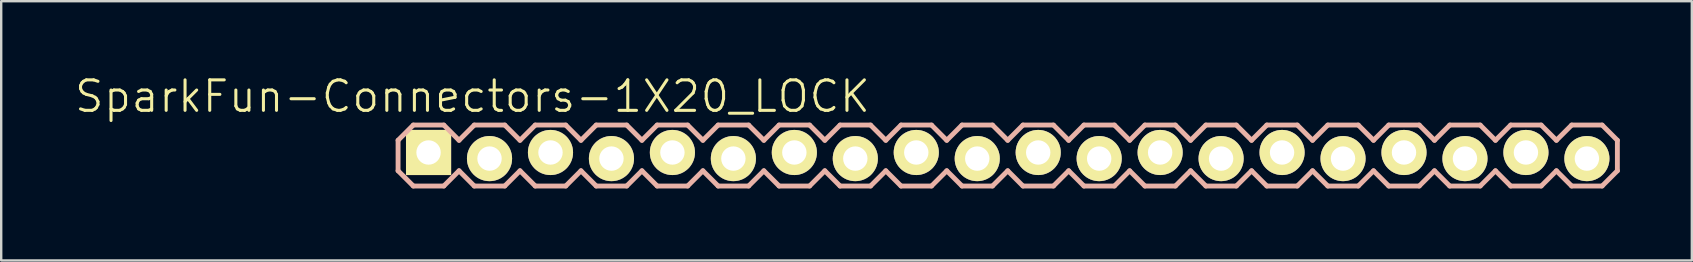
<source format=kicad_pcb>
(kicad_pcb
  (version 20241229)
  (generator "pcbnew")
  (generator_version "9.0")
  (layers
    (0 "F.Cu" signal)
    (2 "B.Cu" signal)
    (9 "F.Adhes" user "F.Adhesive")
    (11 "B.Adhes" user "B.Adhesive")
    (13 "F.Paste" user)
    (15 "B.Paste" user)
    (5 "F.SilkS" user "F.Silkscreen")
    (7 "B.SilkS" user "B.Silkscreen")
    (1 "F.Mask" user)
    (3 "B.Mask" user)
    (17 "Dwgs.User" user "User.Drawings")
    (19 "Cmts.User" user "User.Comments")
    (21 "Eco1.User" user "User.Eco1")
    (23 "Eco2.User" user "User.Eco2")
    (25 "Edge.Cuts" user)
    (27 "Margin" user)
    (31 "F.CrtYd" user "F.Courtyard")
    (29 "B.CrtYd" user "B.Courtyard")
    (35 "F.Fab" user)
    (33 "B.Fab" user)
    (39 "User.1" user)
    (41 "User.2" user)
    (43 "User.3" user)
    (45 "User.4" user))
  (footprint "SparkFun-Connectors-1X20_LOCK"
    (layer "F.Cu")
    (at 14.805 3.43)
    (property "Reference" "SparkFun-Connectors-1X20_LOCK" (at 1.829 -2.464 0) (layer "F.SilkS") (effects (font (size 1.27 1.27) (thickness 0.127))))
    (attr exclude_from_pos_files exclude_from_bom)
    (fp_line (start -0.254 -0.254) (end 0.254 -0.254) (stroke (width 0.066) (type solid)) (layer "F.SilkS"))
    (fp_line (start -0.254 0.254) (end -0.254 -0.254) (stroke (width 0.066) (type solid)) (layer "F.SilkS"))
    (fp_line (start -0.254 0.254) (end 0.254 0.254) (stroke (width 0.066) (type solid)) (layer "F.SilkS"))
    (fp_line (start 0.254 0.254) (end 0.254 -0.254) (stroke (width 0.066) (type solid)) (layer "F.SilkS"))
    (fp_line (start 2.286 -0.254) (end 2.794 -0.254) (stroke (width 0.066) (type solid)) (layer "F.SilkS"))
    (fp_line (start 2.286 0.254) (end 2.286 -0.254) (stroke (width 0.066) (type solid)) (layer "F.SilkS"))
    (fp_line (start 2.286 0.254) (end 2.794 0.254) (stroke (width 0.066) (type solid)) (layer "F.SilkS"))
    (fp_line (start 2.794 0.254) (end 2.794 -0.254) (stroke (width 0.066) (type solid)) (layer "F.SilkS"))
    (fp_line (start 4.826 -0.254) (end 5.334 -0.254) (stroke (width 0.066) (type solid)) (layer "F.SilkS"))
    (fp_line (start 4.826 0.254) (end 4.826 -0.254) (stroke (width 0.066) (type solid)) (layer "F.SilkS"))
    (fp_line (start 4.826 0.254) (end 5.334 0.254) (stroke (width 0.066) (type solid)) (layer "F.SilkS"))
    (fp_line (start 5.334 0.254) (end 5.334 -0.254) (stroke (width 0.066) (type solid)) (layer "F.SilkS"))
    (fp_line (start 7.366 -0.254) (end 7.874 -0.254) (stroke (width 0.066) (type solid)) (layer "F.SilkS"))
    (fp_line (start 7.366 0.254) (end 7.366 -0.254) (stroke (width 0.066) (type solid)) (layer "F.SilkS"))
    (fp_line (start 7.366 0.254) (end 7.874 0.254) (stroke (width 0.066) (type solid)) (layer "F.SilkS"))
    (fp_line (start 7.874 0.254) (end 7.874 -0.254) (stroke (width 0.066) (type solid)) (layer "F.SilkS"))
    (fp_line (start 9.906 -0.254) (end 10.414 -0.254) (stroke (width 0.066) (type solid)) (layer "F.SilkS"))
    (fp_line (start 9.906 0.254) (end 9.906 -0.254) (stroke (width 0.066) (type solid)) (layer "F.SilkS"))
    (fp_line (start 9.906 0.254) (end 10.414 0.254) (stroke (width 0.066) (type solid)) (layer "F.SilkS"))
    (fp_line (start 10.414 0.254) (end 10.414 -0.254) (stroke (width 0.066) (type solid)) (layer "F.SilkS"))
    (fp_line (start 12.446 -0.254) (end 12.954 -0.254) (stroke (width 0.066) (type solid)) (layer "F.SilkS"))
    (fp_line (start 12.446 0.254) (end 12.446 -0.254) (stroke (width 0.066) (type solid)) (layer "F.SilkS"))
    (fp_line (start 12.446 0.254) (end 12.954 0.254) (stroke (width 0.066) (type solid)) (layer "F.SilkS"))
    (fp_line (start 12.954 0.254) (end 12.954 -0.254) (stroke (width 0.066) (type solid)) (layer "F.SilkS"))
    (fp_line (start 14.986 -0.254) (end 15.494 -0.254) (stroke (width 0.066) (type solid)) (layer "F.SilkS"))
    (fp_line (start 14.986 0.254) (end 14.986 -0.254) (stroke (width 0.066) (type solid)) (layer "F.SilkS"))
    (fp_line (start 14.986 0.254) (end 15.494 0.254) (stroke (width 0.066) (type solid)) (layer "F.SilkS"))
    (fp_line (start 15.494 0.254) (end 15.494 -0.254) (stroke (width 0.066) (type solid)) (layer "F.SilkS"))
    (fp_line (start 17.523 -0.254) (end 18.034 -0.254) (stroke (width 0.066) (type solid)) (layer "F.SilkS"))
    (fp_line (start 17.523 0.254) (end 17.523 -0.254) (stroke (width 0.066) (type solid)) (layer "F.SilkS"))
    (fp_line (start 17.523 0.254) (end 18.034 0.254) (stroke (width 0.066) (type solid)) (layer "F.SilkS"))
    (fp_line (start 18.034 0.254) (end 18.034 -0.254) (stroke (width 0.066) (type solid)) (layer "F.SilkS"))
    (fp_line (start 20.066 -0.254) (end 20.574 -0.254) (stroke (width 0.066) (type solid)) (layer "F.SilkS"))
    (fp_line (start 20.066 0.254) (end 20.066 -0.254) (stroke (width 0.066) (type solid)) (layer "F.SilkS"))
    (fp_line (start 20.066 0.254) (end 20.574 0.254) (stroke (width 0.066) (type solid)) (layer "F.SilkS"))
    (fp_line (start 20.574 0.254) (end 20.574 -0.254) (stroke (width 0.066) (type solid)) (layer "F.SilkS"))
    (fp_line (start 22.606 -0.254) (end 23.114 -0.254) (stroke (width 0.066) (type solid)) (layer "F.SilkS"))
    (fp_line (start 22.606 0.254) (end 22.606 -0.254) (stroke (width 0.066) (type solid)) (layer "F.SilkS"))
    (fp_line (start 22.606 0.254) (end 23.114 0.254) (stroke (width 0.066) (type solid)) (layer "F.SilkS"))
    (fp_line (start 23.114 0.254) (end 23.114 -0.254) (stroke (width 0.066) (type solid)) (layer "F.SilkS"))
    (fp_line (start 25.146 -0.254) (end 25.654 -0.254) (stroke (width 0.066) (type solid)) (layer "F.SilkS"))
    (fp_line (start 25.146 0.254) (end 25.146 -0.254) (stroke (width 0.066) (type solid)) (layer "F.SilkS"))
    (fp_line (start 25.146 0.254) (end 25.654 0.254) (stroke (width 0.066) (type solid)) (layer "F.SilkS"))
    (fp_line (start 25.654 0.254) (end 25.654 -0.254) (stroke (width 0.066) (type solid)) (layer "F.SilkS"))
    (fp_line (start 27.686 -0.254) (end 28.194 -0.254) (stroke (width 0.066) (type solid)) (layer "F.SilkS"))
    (fp_line (start 27.686 0.254) (end 27.686 -0.254) (stroke (width 0.066) (type solid)) (layer "F.SilkS"))
    (fp_line (start 27.686 0.254) (end 28.194 0.254) (stroke (width 0.066) (type solid)) (layer "F.SilkS"))
    (fp_line (start 28.194 0.254) (end 28.194 -0.254) (stroke (width 0.066) (type solid)) (layer "F.SilkS"))
    (fp_line (start 30.226 -0.254) (end 30.734 -0.254) (stroke (width 0.066) (type solid)) (layer "F.SilkS"))
    (fp_line (start 30.226 0.254) (end 30.226 -0.254) (stroke (width 0.066) (type solid)) (layer "F.SilkS"))
    (fp_line (start 30.226 0.254) (end 30.734 0.254) (stroke (width 0.066) (type solid)) (layer "F.SilkS"))
    (fp_line (start 30.734 0.254) (end 30.734 -0.254) (stroke (width 0.066) (type solid)) (layer "F.SilkS"))
    (fp_line (start 32.766 -0.254) (end 33.274 -0.254) (stroke (width 0.066) (type solid)) (layer "F.SilkS"))
    (fp_line (start 32.766 0.254) (end 32.766 -0.254) (stroke (width 0.066) (type solid)) (layer "F.SilkS"))
    (fp_line (start 32.766 0.254) (end 33.274 0.254) (stroke (width 0.066) (type solid)) (layer "F.SilkS"))
    (fp_line (start 33.274 0.254) (end 33.274 -0.254) (stroke (width 0.066) (type solid)) (layer "F.SilkS"))
    (fp_line (start 35.303 -0.254) (end 35.814 -0.254) (stroke (width 0.066) (type solid)) (layer "F.SilkS"))
    (fp_line (start 35.303 0.254) (end 35.303 -0.254) (stroke (width 0.066) (type solid)) (layer "F.SilkS"))
    (fp_line (start 35.303 0.254) (end 35.814 0.254) (stroke (width 0.066) (type solid)) (layer "F.SilkS"))
    (fp_line (start 35.814 0.254) (end 35.814 -0.254) (stroke (width 0.066) (type solid)) (layer "F.SilkS"))
    (fp_line (start 37.846 -0.254) (end 38.354 -0.254) (stroke (width 0.066) (type solid)) (layer "F.SilkS"))
    (fp_line (start 37.846 0.254) (end 37.846 -0.254) (stroke (width 0.066) (type solid)) (layer "F.SilkS"))
    (fp_line (start 37.846 0.254) (end 38.354 0.254) (stroke (width 0.066) (type solid)) (layer "F.SilkS"))
    (fp_line (start 38.354 0.254) (end 38.354 -0.254) (stroke (width 0.066) (type solid)) (layer "F.SilkS"))
    (fp_line (start 40.386 -0.254) (end 40.894 -0.254) (stroke (width 0.066) (type solid)) (layer "F.SilkS"))
    (fp_line (start 40.386 0.254) (end 40.386 -0.254) (stroke (width 0.066) (type solid)) (layer "F.SilkS"))
    (fp_line (start 40.386 0.254) (end 40.894 0.254) (stroke (width 0.066) (type solid)) (layer "F.SilkS"))
    (fp_line (start 40.894 0.254) (end 40.894 -0.254) (stroke (width 0.066) (type solid)) (layer "F.SilkS"))
    (fp_line (start 42.926 -0.254) (end 43.434 -0.254) (stroke (width 0.066) (type solid)) (layer "F.SilkS"))
    (fp_line (start 42.926 0.254) (end 42.926 -0.254) (stroke (width 0.066) (type solid)) (layer "F.SilkS"))
    (fp_line (start 42.926 0.254) (end 43.434 0.254) (stroke (width 0.066) (type solid)) (layer "F.SilkS"))
    (fp_line (start 43.434 0.254) (end 43.434 -0.254) (stroke (width 0.066) (type solid)) (layer "F.SilkS"))
    (fp_line (start 45.466 -0.254) (end 45.974 -0.254) (stroke (width 0.066) (type solid)) (layer "F.SilkS"))
    (fp_line (start 45.466 0.254) (end 45.466 -0.254) (stroke (width 0.066) (type solid)) (layer "F.SilkS"))
    (fp_line (start 45.466 0.254) (end 45.974 0.254) (stroke (width 0.066) (type solid)) (layer "F.SilkS"))
    (fp_line (start 45.974 0.254) (end 45.974 -0.254) (stroke (width 0.066) (type solid)) (layer "F.SilkS"))
    (fp_line (start 48.006 -0.254) (end 48.514 -0.254) (stroke (width 0.066) (type solid)) (layer "F.SilkS"))
    (fp_line (start 48.006 0.254) (end 48.006 -0.254) (stroke (width 0.066) (type solid)) (layer "F.SilkS"))
    (fp_line (start 48.006 0.254) (end 48.514 0.254) (stroke (width 0.066) (type solid)) (layer "F.SilkS"))
    (fp_line (start 48.514 0.254) (end 48.514 -0.254) (stroke (width 0.066) (type solid)) (layer "F.SilkS"))
    (fp_line (start -1.27 -0.635) (end -1.27 0.635) (stroke (width 0.203) (type solid)) (layer "B.SilkS"))
    (fp_line (start -1.27 0.635) (end -0.635 1.27) (stroke (width 0.203) (type solid)) (layer "B.SilkS"))
    (fp_line (start -0.635 -1.27) (end -1.27 -0.635) (stroke (width 0.203) (type solid)) (layer "B.SilkS"))
    (fp_line (start -0.635 -1.27) (end 0.635 -1.27) (stroke (width 0.203) (type solid)) (layer "B.SilkS"))
    (fp_line (start 0.635 -1.27) (end 1.27 -0.635) (stroke (width 0.203) (type solid)) (layer "B.SilkS"))
    (fp_line (start 0.635 1.27) (end -0.635 1.27) (stroke (width 0.203) (type solid)) (layer "B.SilkS"))
    (fp_line (start 1.27 -0.635) (end 1.905 -1.27) (stroke (width 0.203) (type solid)) (layer "B.SilkS"))
    (fp_line (start 1.27 0.635) (end 0.635 1.27) (stroke (width 0.203) (type solid)) (layer "B.SilkS"))
    (fp_line (start 1.905 -1.27) (end 3.175 -1.27) (stroke (width 0.203) (type solid)) (layer "B.SilkS"))
    (fp_line (start 1.905 1.27) (end 1.27 0.635) (stroke (width 0.203) (type solid)) (layer "B.SilkS"))
    (fp_line (start 3.175 -1.27) (end 3.81 -0.635) (stroke (width 0.203) (type solid)) (layer "B.SilkS"))
    (fp_line (start 3.175 1.27) (end 1.905 1.27) (stroke (width 0.203) (type solid)) (layer "B.SilkS"))
    (fp_line (start 3.81 -0.635) (end 4.445 -1.27) (stroke (width 0.203) (type solid)) (layer "B.SilkS"))
    (fp_line (start 3.81 0.635) (end 3.175 1.27) (stroke (width 0.203) (type solid)) (layer "B.SilkS"))
    (fp_line (start 4.445 -1.27) (end 5.715 -1.27) (stroke (width 0.203) (type solid)) (layer "B.SilkS"))
    (fp_line (start 4.445 1.27) (end 3.81 0.635) (stroke (width 0.203) (type solid)) (layer "B.SilkS"))
    (fp_line (start 5.715 -1.27) (end 6.35 -0.635) (stroke (width 0.203) (type solid)) (layer "B.SilkS"))
    (fp_line (start 5.715 1.27) (end 4.445 1.27) (stroke (width 0.203) (type solid)) (layer "B.SilkS"))
    (fp_line (start 6.35 0.635) (end 5.715 1.27) (stroke (width 0.203) (type solid)) (layer "B.SilkS"))
    (fp_line (start 6.35 0.635) (end 6.985 1.27) (stroke (width 0.203) (type solid)) (layer "B.SilkS"))
    (fp_line (start 6.985 -1.27) (end 6.35 -0.635) (stroke (width 0.203) (type solid)) (layer "B.SilkS"))
    (fp_line (start 6.985 -1.27) (end 8.255 -1.27) (stroke (width 0.203) (type solid)) (layer "B.SilkS"))
    (fp_line (start 8.255 -1.27) (end 8.89 -0.635) (stroke (width 0.203) (type solid)) (layer "B.SilkS"))
    (fp_line (start 8.255 1.27) (end 6.985 1.27) (stroke (width 0.203) (type solid)) (layer "B.SilkS"))
    (fp_line (start 8.89 -0.635) (end 9.525 -1.27) (stroke (width 0.203) (type solid)) (layer "B.SilkS"))
    (fp_line (start 8.89 0.635) (end 8.255 1.27) (stroke (width 0.203) (type solid)) (layer "B.SilkS"))
    (fp_line (start 9.525 -1.27) (end 10.795 -1.27) (stroke (width 0.203) (type solid)) (layer "B.SilkS"))
    (fp_line (start 9.525 1.27) (end 8.89 0.635) (stroke (width 0.203) (type solid)) (layer "B.SilkS"))
    (fp_line (start 10.795 -1.27) (end 11.43 -0.635) (stroke (width 0.203) (type solid)) (layer "B.SilkS"))
    (fp_line (start 10.795 1.27) (end 9.525 1.27) (stroke (width 0.203) (type solid)) (layer "B.SilkS"))
    (fp_line (start 11.43 -0.635) (end 12.065 -1.27) (stroke (width 0.203) (type solid)) (layer "B.SilkS"))
    (fp_line (start 11.43 0.635) (end 10.795 1.27) (stroke (width 0.203) (type solid)) (layer "B.SilkS"))
    (fp_line (start 12.065 -1.27) (end 13.335 -1.27) (stroke (width 0.203) (type solid)) (layer "B.SilkS"))
    (fp_line (start 12.065 1.27) (end 11.43 0.635) (stroke (width 0.203) (type solid)) (layer "B.SilkS"))
    (fp_line (start 13.335 -1.27) (end 13.97 -0.635) (stroke (width 0.203) (type solid)) (layer "B.SilkS"))
    (fp_line (start 13.335 1.27) (end 12.065 1.27) (stroke (width 0.203) (type solid)) (layer "B.SilkS"))
    (fp_line (start 13.97 0.635) (end 13.335 1.27) (stroke (width 0.203) (type solid)) (layer "B.SilkS"))
    (fp_line (start 13.97 0.635) (end 14.605 1.27) (stroke (width 0.203) (type solid)) (layer "B.SilkS"))
    (fp_line (start 14.605 -1.27) (end 13.97 -0.635) (stroke (width 0.203) (type solid)) (layer "B.SilkS"))
    (fp_line (start 14.605 -1.27) (end 15.875 -1.27) (stroke (width 0.203) (type solid)) (layer "B.SilkS"))
    (fp_line (start 15.875 -1.27) (end 16.51 -0.635) (stroke (width 0.203) (type solid)) (layer "B.SilkS"))
    (fp_line (start 15.875 1.27) (end 14.605 1.27) (stroke (width 0.203) (type solid)) (layer "B.SilkS"))
    (fp_line (start 16.51 0.635) (end 15.875 1.27) (stroke (width 0.203) (type solid)) (layer "B.SilkS"))
    (fp_line (start 16.51 0.635) (end 17.145 1.27) (stroke (width 0.203) (type solid)) (layer "B.SilkS"))
    (fp_line (start 17.145 -1.27) (end 16.51 -0.635) (stroke (width 0.203) (type solid)) (layer "B.SilkS"))
    (fp_line (start 17.145 -1.27) (end 18.415 -1.27) (stroke (width 0.203) (type solid)) (layer "B.SilkS"))
    (fp_line (start 18.415 -1.27) (end 19.05 -0.635) (stroke (width 0.203) (type solid)) (layer "B.SilkS"))
    (fp_line (start 18.415 1.27) (end 17.145 1.27) (stroke (width 0.203) (type solid)) (layer "B.SilkS"))
    (fp_line (start 19.05 -0.635) (end 19.685 -1.27) (stroke (width 0.203) (type solid)) (layer "B.SilkS"))
    (fp_line (start 19.05 0.635) (end 18.415 1.27) (stroke (width 0.203) (type solid)) (layer "B.SilkS"))
    (fp_line (start 19.685 -1.27) (end 20.955 -1.27) (stroke (width 0.203) (type solid)) (layer "B.SilkS"))
    (fp_line (start 19.685 1.27) (end 19.05 0.635) (stroke (width 0.203) (type solid)) (layer "B.SilkS"))
    (fp_line (start 20.955 -1.27) (end 21.59 -0.635) (stroke (width 0.203) (type solid)) (layer "B.SilkS"))
    (fp_line (start 20.955 1.27) (end 19.685 1.27) (stroke (width 0.203) (type solid)) (layer "B.SilkS"))
    (fp_line (start 21.59 -0.635) (end 22.225 -1.27) (stroke (width 0.203) (type solid)) (layer "B.SilkS"))
    (fp_line (start 21.59 0.635) (end 20.955 1.27) (stroke (width 0.203) (type solid)) (layer "B.SilkS"))
    (fp_line (start 22.225 -1.27) (end 23.495 -1.27) (stroke (width 0.203) (type solid)) (layer "B.SilkS"))
    (fp_line (start 22.225 1.27) (end 21.59 0.635) (stroke (width 0.203) (type solid)) (layer "B.SilkS"))
    (fp_line (start 23.495 -1.27) (end 24.13 -0.635) (stroke (width 0.203) (type solid)) (layer "B.SilkS"))
    (fp_line (start 23.495 1.27) (end 22.225 1.27) (stroke (width 0.203) (type solid)) (layer "B.SilkS"))
    (fp_line (start 24.13 0.635) (end 23.495 1.27) (stroke (width 0.203) (type solid)) (layer "B.SilkS"))
    (fp_line (start 24.13 0.635) (end 24.765 1.27) (stroke (width 0.203) (type solid)) (layer "B.SilkS"))
    (fp_line (start 24.765 -1.27) (end 24.13 -0.635) (stroke (width 0.203) (type solid)) (layer "B.SilkS"))
    (fp_line (start 24.765 -1.27) (end 26.035 -1.27) (stroke (width 0.203) (type solid)) (layer "B.SilkS"))
    (fp_line (start 26.035 -1.27) (end 26.67 -0.635) (stroke (width 0.203) (type solid)) (layer "B.SilkS"))
    (fp_line (start 26.035 1.27) (end 24.765 1.27) (stroke (width 0.203) (type solid)) (layer "B.SilkS"))
    (fp_line (start 26.67 -0.635) (end 27.305 -1.27) (stroke (width 0.203) (type solid)) (layer "B.SilkS"))
    (fp_line (start 26.67 0.635) (end 26.035 1.27) (stroke (width 0.203) (type solid)) (layer "B.SilkS"))
    (fp_line (start 27.305 -1.27) (end 28.575 -1.27) (stroke (width 0.203) (type solid)) (layer "B.SilkS"))
    (fp_line (start 27.305 1.27) (end 26.67 0.635) (stroke (width 0.203) (type solid)) (layer "B.SilkS"))
    (fp_line (start 28.575 -1.27) (end 29.21 -0.635) (stroke (width 0.203) (type solid)) (layer "B.SilkS"))
    (fp_line (start 28.575 1.27) (end 27.305 1.27) (stroke (width 0.203) (type solid)) (layer "B.SilkS"))
    (fp_line (start 29.21 -0.635) (end 29.845 -1.27) (stroke (width 0.203) (type solid)) (layer "B.SilkS"))
    (fp_line (start 29.21 0.635) (end 28.575 1.27) (stroke (width 0.203) (type solid)) (layer "B.SilkS"))
    (fp_line (start 29.845 -1.27) (end 31.115 -1.27) (stroke (width 0.203) (type solid)) (layer "B.SilkS"))
    (fp_line (start 29.845 1.27) (end 29.21 0.635) (stroke (width 0.203) (type solid)) (layer "B.SilkS"))
    (fp_line (start 31.115 -1.27) (end 31.75 -0.635) (stroke (width 0.203) (type solid)) (layer "B.SilkS"))
    (fp_line (start 31.115 1.27) (end 29.845 1.27) (stroke (width 0.203) (type solid)) (layer "B.SilkS"))
    (fp_line (start 31.75 0.635) (end 31.115 1.27) (stroke (width 0.203) (type solid)) (layer "B.SilkS"))
    (fp_line (start 31.75 0.635) (end 32.385 1.27) (stroke (width 0.203) (type solid)) (layer "B.SilkS"))
    (fp_line (start 32.385 -1.27) (end 31.75 -0.635) (stroke (width 0.203) (type solid)) (layer "B.SilkS"))
    (fp_line (start 32.385 -1.27) (end 33.655 -1.27) (stroke (width 0.203) (type solid)) (layer "B.SilkS"))
    (fp_line (start 33.655 -1.27) (end 34.29 -0.635) (stroke (width 0.203) (type solid)) (layer "B.SilkS"))
    (fp_line (start 33.655 1.27) (end 32.385 1.27) (stroke (width 0.203) (type solid)) (layer "B.SilkS"))
    (fp_line (start 34.29 0.635) (end 33.655 1.27) (stroke (width 0.203) (type solid)) (layer "B.SilkS"))
    (fp_line (start 34.29 0.635) (end 34.925 1.27) (stroke (width 0.203) (type solid)) (layer "B.SilkS"))
    (fp_line (start 34.925 -1.27) (end 34.29 -0.635) (stroke (width 0.203) (type solid)) (layer "B.SilkS"))
    (fp_line (start 34.925 -1.27) (end 36.195 -1.27) (stroke (width 0.203) (type solid)) (layer "B.SilkS"))
    (fp_line (start 36.195 -1.27) (end 36.83 -0.635) (stroke (width 0.203) (type solid)) (layer "B.SilkS"))
    (fp_line (start 36.195 1.27) (end 34.925 1.27) (stroke (width 0.203) (type solid)) (layer "B.SilkS"))
    (fp_line (start 36.83 0.635) (end 36.195 1.27) (stroke (width 0.203) (type solid)) (layer "B.SilkS"))
    (fp_line (start 36.83 0.635) (end 37.465 1.27) (stroke (width 0.203) (type solid)) (layer "B.SilkS"))
    (fp_line (start 37.465 -1.27) (end 36.83 -0.635) (stroke (width 0.203) (type solid)) (layer "B.SilkS"))
    (fp_line (start 37.465 -1.27) (end 38.735 -1.27) (stroke (width 0.203) (type solid)) (layer "B.SilkS"))
    (fp_line (start 38.735 -1.27) (end 39.37 -0.635) (stroke (width 0.203) (type solid)) (layer "B.SilkS"))
    (fp_line (start 38.735 1.27) (end 37.465 1.27) (stroke (width 0.203) (type solid)) (layer "B.SilkS"))
    (fp_line (start 39.37 0.635) (end 38.735 1.27) (stroke (width 0.203) (type solid)) (layer "B.SilkS"))
    (fp_line (start 39.37 0.635) (end 40.005 1.27) (stroke (width 0.203) (type solid)) (layer "B.SilkS"))
    (fp_line (start 40.005 -1.27) (end 39.37 -0.635) (stroke (width 0.203) (type solid)) (layer "B.SilkS"))
    (fp_line (start 40.005 -1.27) (end 41.275 -1.27) (stroke (width 0.203) (type solid)) (layer "B.SilkS"))
    (fp_line (start 41.275 -1.27) (end 41.91 -0.635) (stroke (width 0.203) (type solid)) (layer "B.SilkS"))
    (fp_line (start 41.275 1.27) (end 40.005 1.27) (stroke (width 0.203) (type solid)) (layer "B.SilkS"))
    (fp_line (start 41.91 0.635) (end 41.275 1.27) (stroke (width 0.203) (type solid)) (layer "B.SilkS"))
    (fp_line (start 41.91 0.635) (end 42.545 1.27) (stroke (width 0.203) (type solid)) (layer "B.SilkS"))
    (fp_line (start 42.545 -1.27) (end 41.91 -0.635) (stroke (width 0.203) (type solid)) (layer "B.SilkS"))
    (fp_line (start 42.545 -1.27) (end 43.815 -1.27) (stroke (width 0.203) (type solid)) (layer "B.SilkS"))
    (fp_line (start 43.815 -1.27) (end 44.45 -0.635) (stroke (width 0.203) (type solid)) (layer "B.SilkS"))
    (fp_line (start 43.815 1.27) (end 42.545 1.27) (stroke (width 0.203) (type solid)) (layer "B.SilkS"))
    (fp_line (start 44.45 0.635) (end 43.815 1.27) (stroke (width 0.203) (type solid)) (layer "B.SilkS"))
    (fp_line (start 44.45 0.635) (end 45.085 1.27) (stroke (width 0.203) (type solid)) (layer "B.SilkS"))
    (fp_line (start 45.085 -1.27) (end 44.45 -0.635) (stroke (width 0.203) (type solid)) (layer "B.SilkS"))
    (fp_line (start 45.085 -1.27) (end 46.355 -1.27) (stroke (width 0.203) (type solid)) (layer "B.SilkS"))
    (fp_line (start 46.355 -1.27) (end 46.99 -0.635) (stroke (width 0.203) (type solid)) (layer "B.SilkS"))
    (fp_line (start 46.355 1.27) (end 45.085 1.27) (stroke (width 0.203) (type solid)) (layer "B.SilkS"))
    (fp_line (start 46.99 0.635) (end 46.355 1.27) (stroke (width 0.203) (type solid)) (layer "B.SilkS"))
    (fp_line (start 46.99 0.635) (end 47.625 1.27) (stroke (width 0.203) (type solid)) (layer "B.SilkS"))
    (fp_line (start 47.625 -1.27) (end 46.99 -0.635) (stroke (width 0.203) (type solid)) (layer "B.SilkS"))
    (fp_line (start 47.625 -1.27) (end 48.895 -1.27) (stroke (width 0.203) (type solid)) (layer "B.SilkS"))
    (fp_line (start 48.895 -1.27) (end 49.53 -0.635) (stroke (width 0.203) (type solid)) (layer "B.SilkS"))
    (fp_line (start 48.895 1.27) (end 47.625 1.27) (stroke (width 0.203) (type solid)) (layer "B.SilkS"))
    (fp_line (start 49.53 -0.635) (end 49.53 0.635) (stroke (width 0.203) (type solid)) (layer "B.SilkS"))
    (fp_line (start 49.53 0.635) (end 48.895 1.27) (stroke (width 0.203) (type solid)) (layer "B.SilkS"))
    (pad "1" thru_hole rect (at 0 -0.127) (size 1.88 1.88) (drill 1.016) (layers "*.Cu" "F.Mask" "F.SilkS" "F.Paste"))
    (pad "2" thru_hole circle (at 2.54 0.127) (size 1.88 1.88) (drill 1.016) (layers "*.Cu" "F.Mask" "F.SilkS" "F.Paste"))
    (pad "3" thru_hole circle (at 5.08 -0.127) (size 1.88 1.88) (drill 1.016) (layers "*.Cu" "F.Mask" "F.SilkS" "F.Paste"))
    (pad "4" thru_hole circle (at 7.62 0.127) (size 1.88 1.88) (drill 1.016) (layers "*.Cu" "F.Mask" "F.SilkS" "F.Paste"))
    (pad "5" thru_hole circle (at 10.16 -0.127) (size 1.88 1.88) (drill 1.016) (layers "*.Cu" "F.Mask" "F.SilkS" "F.Paste"))
    (pad "6" thru_hole circle (at 12.7 0.127) (size 1.88 1.88) (drill 1.016) (layers "*.Cu" "F.Mask" "F.SilkS" "F.Paste"))
    (pad "7" thru_hole circle (at 15.24 -0.127) (size 1.88 1.88) (drill 1.016) (layers "*.Cu" "F.Mask" "F.SilkS" "F.Paste"))
    (pad "8" thru_hole circle (at 17.78 0.127) (size 1.88 1.88) (drill 1.016) (layers "*.Cu" "F.Mask" "F.SilkS" "F.Paste"))
    (pad "9" thru_hole circle (at 20.32 -0.127) (size 1.88 1.88) (drill 1.016) (layers "*.Cu" "F.Mask" "F.SilkS" "F.Paste"))
    (pad "10" thru_hole circle (at 22.86 0.127) (size 1.88 1.88) (drill 1.016) (layers "*.Cu" "F.Mask" "F.SilkS" "F.Paste"))
    (pad "11" thru_hole circle (at 25.4 -0.127) (size 1.88 1.88) (drill 1.016) (layers "*.Cu" "F.Mask" "F.SilkS" "F.Paste"))
    (pad "12" thru_hole circle (at 27.94 0.127) (size 1.88 1.88) (drill 1.016) (layers "*.Cu" "F.Mask" "F.SilkS" "F.Paste"))
    (pad "13" thru_hole circle (at 30.48 -0.127) (size 1.88 1.88) (drill 1.016) (layers "*.Cu" "F.Mask" "F.SilkS" "F.Paste"))
    (pad "14" thru_hole circle (at 33.02 0.127) (size 1.88 1.88) (drill 1.016) (layers "*.Cu" "F.Mask" "F.SilkS" "F.Paste"))
    (pad "15" thru_hole circle (at 35.56 -0.127) (size 1.88 1.88) (drill 1.016) (layers "*.Cu" "F.Mask" "F.SilkS" "F.Paste"))
    (pad "16" thru_hole circle (at 38.1 0.127) (size 1.88 1.88) (drill 1.016) (layers "*.Cu" "F.Mask" "F.SilkS" "F.Paste"))
    (pad "17" thru_hole circle (at 40.64 -0.127) (size 1.88 1.88) (drill 1.016) (layers "*.Cu" "F.Mask" "F.SilkS" "F.Paste"))
    (pad "18" thru_hole circle (at 43.18 0.127) (size 1.88 1.88) (drill 1.016) (layers "*.Cu" "F.Mask" "F.SilkS" "F.Paste"))
    (pad "19" thru_hole circle (at 45.72 -0.127) (size 1.88 1.88) (drill 1.016) (layers "*.Cu" "F.Mask" "F.SilkS" "F.Paste"))
    (pad "20" thru_hole circle (at 48.26 0.127) (size 1.88 1.88) (drill 1.016) (layers "*.Cu" "F.Mask" "F.SilkS" "F.Paste")))
  (gr_rect
    (start -3 -3)
    (end 67.437 7.801)
    (stroke (width 0.1) (type default))
    (fill no)
    (layer "Edge.Cuts")))
</source>
